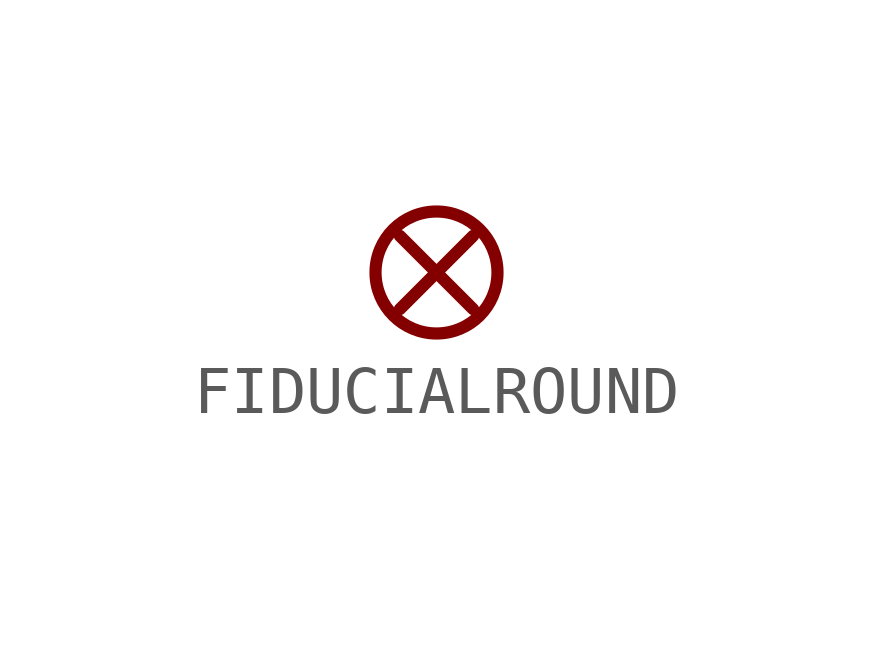
<source format=kicad_sym>
(kicad_symbol_lib
  (version 20201005)
  (generator kicad_symbol_editor)
  (symbol "FIDUCIALROUND"
    (property "Reference" "FID"
      (at 0 0 0)
      (effects (font (size 1.27 1.27)) hide))
    (property "ki_locked" ""
      (at 0 0 0)
      (effects (font (size 1.27 1.27))))
    (symbol "FIDUCIALROUND_1_0"
      (circle (center 0 0) (radius 1.27) (stroke (width 0.254)) (fill (type none)))
      (polyline (pts (xy -0.762 0.762) (xy 0.762 -0.762)) (stroke (width 0.254)) (fill (type none)))
      (polyline (pts (xy 0.762 0.762) (xy -0.762 -0.762)) (stroke (width 0.254)) (fill (type none))))))
</source>
